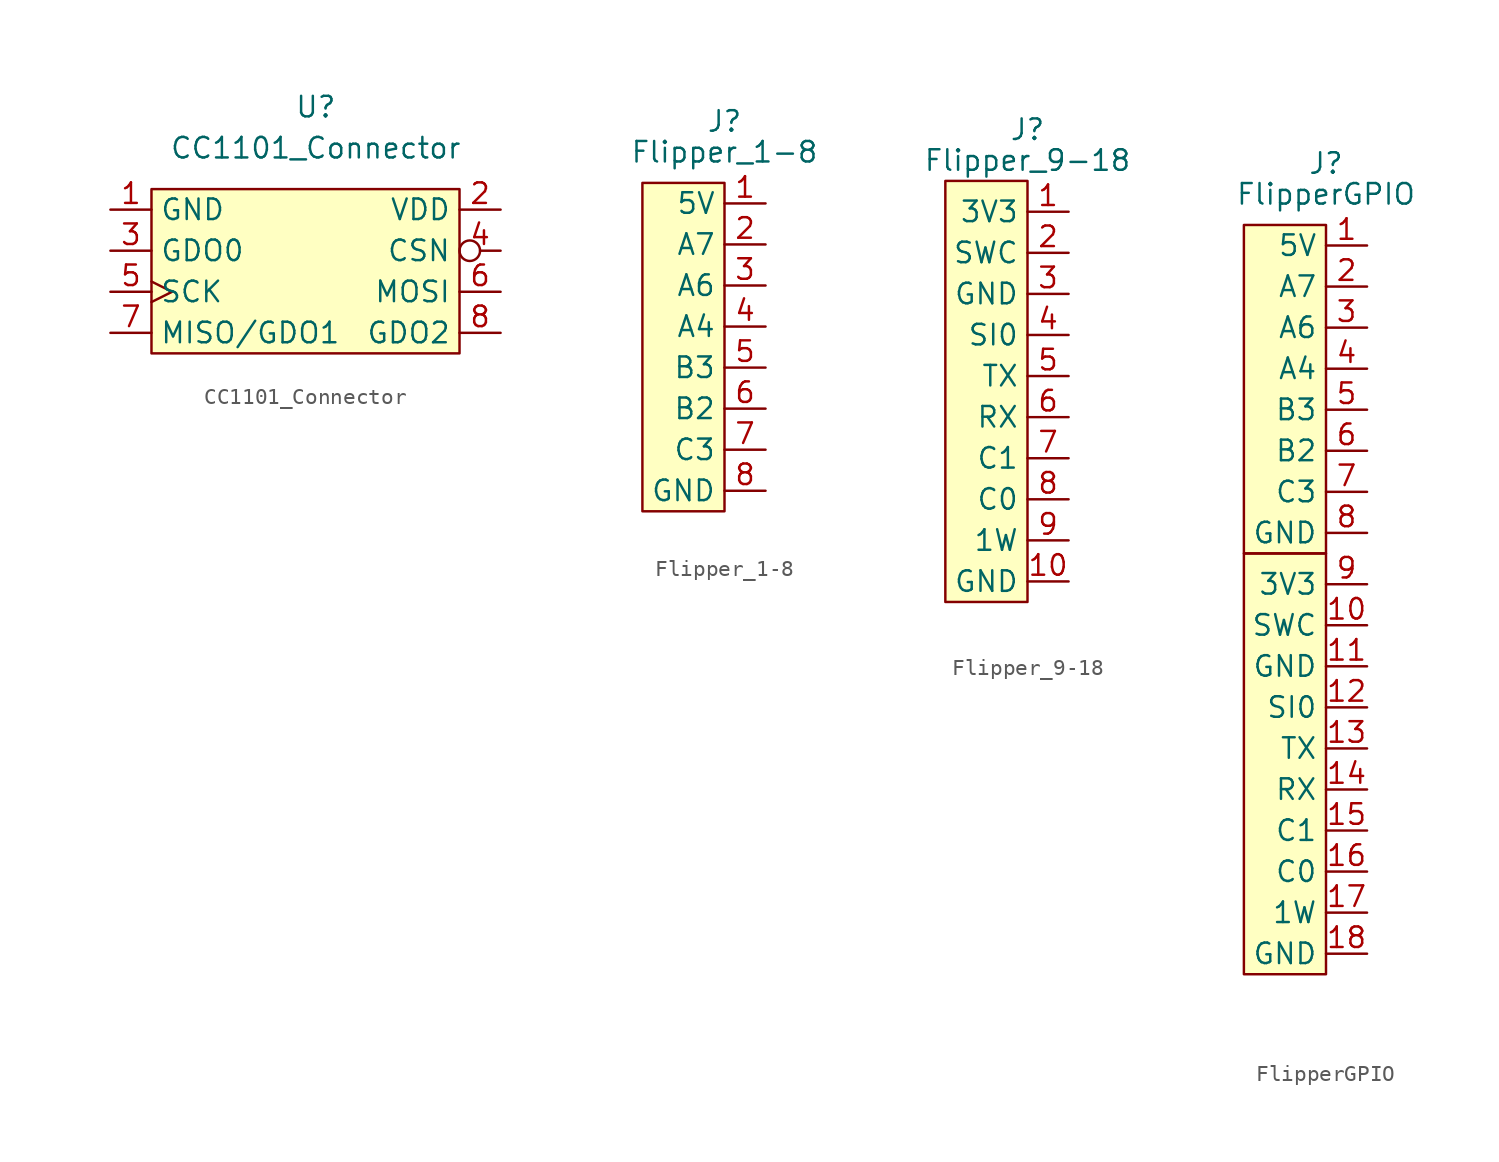
<source format=kicad_sym>
(kicad_symbol_lib
  (version 20211014)
  (generator kicad_symbol_editor)
  (symbol "CC1101_Connector"
    (property "Reference" "U"
      (at 0 6.35 0)
      (effects (font (size 1.27 1.27))))
    (property "Value" "CC1101_Connector"
      (at 0 3.81 0)
      (effects (font (size 1.27 1.27))))
    (symbol "CC1101_Connector_0_0"
      (pin passive line (at -12.7 0 0) (length 2.54) (name "GND" (effects (font (size 1.27 1.27)))) (number "1" (effects (font (size 1.27 1.27)))))
      (pin power_in line (at 11.43 0 180) (length 2.54) (name "VDD" (effects (font (size 1.27 1.27)))) (number "2" (effects (font (size 1.27 1.27)))))
      (pin output line (at -12.7 -2.54 0) (length 2.54) (name "GDO0" (effects (font (size 1.27 1.27)))) (number "3" (effects (font (size 1.27 1.27)))))
      (pin input inverted (at 11.43 -2.54 180) (length 2.54) (name "CSN" (effects (font (size 1.27 1.27)))) (number "4" (effects (font (size 1.27 1.27)))))
      (pin input clock (at -12.7 -5.08 0) (length 2.54) (name "SCK" (effects (font (size 1.27 1.27)))) (number "5" (effects (font (size 1.27 1.27)))))
      (pin input line (at 11.43 -5.08 180) (length 2.54) (name "MOSI" (effects (font (size 1.27 1.27)))) (number "6" (effects (font (size 1.27 1.27)))))
      (pin output line (at -12.7 -7.62 0) (length 2.54) (name "MISO/GDO1" (effects (font (size 1.27 1.27)))) (number "7" (effects (font (size 1.27 1.27)))))
      (pin output line (at 11.43 -7.62 180) (length 2.54) (name "GDO2" (effects (font (size 1.27 1.27)))) (number "8" (effects (font (size 1.27 1.27))))))
    (symbol "CC1101_Connector_0_1"
      (rectangle (start -10.16 1.27) (end 8.89 -8.89) (stroke (width 0.152) (type default) (color 0 0 0 0)) (fill (type background)))))
  (symbol "Flipper_1-8"
    (property "Reference" "J"
      (at 0 5.08 0)
      (effects (font (size 1.27 1.27))))
    (property "Value" "Flipper_1-8"
      (at 0 3.175 0)
      (effects (font (size 1.27 1.27))))
    (symbol "Flipper_1-8_0_0"
      (pin power_out line (at 2.54 0 180) (length 2.54) (name "5V" (effects (font (size 1.27 1.27)))) (number "1" (effects (font (size 1.27 1.27)))))
      (pin bidirectional line (at 2.54 -2.54 180) (length 2.54) (name "A7" (effects (font (size 1.27 1.27)))) (number "2" (effects (font (size 1.27 1.27)))))
      (pin bidirectional line (at 2.54 -5.08 180) (length 2.54) (name "A6" (effects (font (size 1.27 1.27)))) (number "3" (effects (font (size 1.27 1.27)))))
      (pin bidirectional line (at 2.54 -7.62 180) (length 2.54) (name "A4" (effects (font (size 1.27 1.27)))) (number "4" (effects (font (size 1.27 1.27)))))
      (pin bidirectional line (at 2.54 -10.16 180) (length 2.54) (name "B3" (effects (font (size 1.27 1.27)))) (number "5" (effects (font (size 1.27 1.27)))))
      (pin bidirectional line (at 2.54 -12.7 180) (length 2.54) (name "B2" (effects (font (size 1.27 1.27)))) (number "6" (effects (font (size 1.27 1.27)))))
      (pin bidirectional line (at 2.54 -15.24 180) (length 2.54) (name "C3" (effects (font (size 1.27 1.27)))) (number "7" (effects (font (size 1.27 1.27)))))
      (pin passive line (at 2.54 -17.78 180) (length 2.54) (name "GND" (effects (font (size 1.27 1.27)))) (number "8" (effects (font (size 1.27 1.27))))))
    (symbol "Flipper_1-8_0_1"
      (rectangle (start -5.08 1.27) (end 0 -19.05) (stroke (width 0.152) (type default) (color 0 0 0 0)) (fill (type background)))))
  (symbol "Flipper_9-18"
    (property "Reference" "J"
      (at 0 5.08 0)
      (effects (font (size 1.27 1.27))))
    (property "Value" "Flipper_9-18"
      (at 0 3.175 0)
      (effects (font (size 1.27 1.27))))
    (symbol "Flipper_9-18_0_0"
      (pin power_out line (at 2.54 0 180) (length 2.54) (name "3V3" (effects (font (size 1.27 1.27)))) (number "1" (effects (font (size 1.27 1.27)))))
      (pin passive line (at 2.54 -22.86 180) (length 2.54) (name "GND" (effects (font (size 1.27 1.27)))) (number "10" (effects (font (size 1.27 1.27)))))
      (pin bidirectional line (at 2.54 -2.54 180) (length 2.54) (name "SWC" (effects (font (size 1.27 1.27)))) (number "2" (effects (font (size 1.27 1.27)))))
      (pin passive line (at 2.54 -5.08 180) (length 2.54) (name "GND" (effects (font (size 1.27 1.27)))) (number "3" (effects (font (size 1.27 1.27)))))
      (pin bidirectional line (at 2.54 -7.62 180) (length 2.54) (name "SI0" (effects (font (size 1.27 1.27)))) (number "4" (effects (font (size 1.27 1.27)))))
      (pin output line (at 2.54 -10.16 180) (length 2.54) (name "TX" (effects (font (size 1.27 1.27)))) (number "5" (effects (font (size 1.27 1.27)))))
      (pin input line (at 2.54 -12.7 180) (length 2.54) (name "RX" (effects (font (size 1.27 1.27)))) (number "6" (effects (font (size 1.27 1.27)))))
      (pin bidirectional line (at 2.54 -15.24 180) (length 2.54) (name "C1" (effects (font (size 1.27 1.27)))) (number "7" (effects (font (size 1.27 1.27)))))
      (pin bidirectional line (at 2.54 -17.78 180) (length 2.54) (name "C0" (effects (font (size 1.27 1.27)))) (number "8" (effects (font (size 1.27 1.27)))))
      (pin bidirectional line (at 2.54 -20.32 180) (length 2.54) (name "1W" (effects (font (size 1.27 1.27)))) (number "9" (effects (font (size 1.27 1.27))))))
    (symbol "Flipper_9-18_0_1"
      (rectangle (start -5.08 1.905) (end 0 -24.13) (stroke (width 0.152) (type default) (color 0 0 0 0)) (fill (type background)))))
  (symbol "FlipperGPIO"
    (property "Reference" "J"
      (at 0 5.08 0)
      (effects (font (size 1.27 1.27))))
    (property "Value" "FlipperGPIO"
      (at 0 3.175 0)
      (effects (font (size 1.27 1.27))))
    (symbol "FlipperGPIO_0_0"
      (pin power_out line (at 2.54 0 180) (length 2.54) (name "5V" (effects (font (size 1.27 1.27)))) (number "1" (effects (font (size 1.27 1.27)))))
      (pin bidirectional line (at 2.54 -23.495 180) (length 2.54) (name "SWC" (effects (font (size 1.27 1.27)))) (number "10" (effects (font (size 1.27 1.27)))))
      (pin passive line (at 2.54 -26.035 180) (length 2.54) (name "GND" (effects (font (size 1.27 1.27)))) (number "11" (effects (font (size 1.27 1.27)))))
      (pin bidirectional line (at 2.54 -28.575 180) (length 2.54) (name "SI0" (effects (font (size 1.27 1.27)))) (number "12" (effects (font (size 1.27 1.27)))))
      (pin output line (at 2.54 -31.115 180) (length 2.54) (name "TX" (effects (font (size 1.27 1.27)))) (number "13" (effects (font (size 1.27 1.27)))))
      (pin input line (at 2.54 -33.655 180) (length 2.54) (name "RX" (effects (font (size 1.27 1.27)))) (number "14" (effects (font (size 1.27 1.27)))))
      (pin bidirectional line (at 2.54 -36.195 180) (length 2.54) (name "C1" (effects (font (size 1.27 1.27)))) (number "15" (effects (font (size 1.27 1.27)))))
      (pin bidirectional line (at 2.54 -38.735 180) (length 2.54) (name "C0" (effects (font (size 1.27 1.27)))) (number "16" (effects (font (size 1.27 1.27)))))
      (pin bidirectional line (at 2.54 -41.275 180) (length 2.54) (name "1W" (effects (font (size 1.27 1.27)))) (number "17" (effects (font (size 1.27 1.27)))))
      (pin passive line (at 2.54 -43.815 180) (length 2.54) (name "GND" (effects (font (size 1.27 1.27)))) (number "18" (effects (font (size 1.27 1.27)))))
      (pin bidirectional line (at 2.54 -2.54 180) (length 2.54) (name "A7" (effects (font (size 1.27 1.27)))) (number "2" (effects (font (size 1.27 1.27)))))
      (pin bidirectional line (at 2.54 -5.08 180) (length 2.54) (name "A6" (effects (font (size 1.27 1.27)))) (number "3" (effects (font (size 1.27 1.27)))))
      (pin bidirectional line (at 2.54 -7.62 180) (length 2.54) (name "A4" (effects (font (size 1.27 1.27)))) (number "4" (effects (font (size 1.27 1.27)))))
      (pin bidirectional line (at 2.54 -10.16 180) (length 2.54) (name "B3" (effects (font (size 1.27 1.27)))) (number "5" (effects (font (size 1.27 1.27)))))
      (pin bidirectional line (at 2.54 -12.7 180) (length 2.54) (name "B2" (effects (font (size 1.27 1.27)))) (number "6" (effects (font (size 1.27 1.27)))))
      (pin bidirectional line (at 2.54 -15.24 180) (length 2.54) (name "C3" (effects (font (size 1.27 1.27)))) (number "7" (effects (font (size 1.27 1.27)))))
      (pin passive line (at 2.54 -17.78 180) (length 2.54) (name "GND" (effects (font (size 1.27 1.27)))) (number "8" (effects (font (size 1.27 1.27)))))
      (pin power_out line (at 2.54 -20.955 180) (length 2.54) (name "3V3" (effects (font (size 1.27 1.27)))) (number "9" (effects (font (size 1.27 1.27))))))
    (symbol "FlipperGPIO_0_1"
      (rectangle (start -5.08 -19.05) (end 0 -45.085) (stroke (width 0.152) (type default) (color 0 0 0 0)) (fill (type background)))
      (rectangle (start -5.08 1.27) (end 0 -19.05) (stroke (width 0.152) (type default) (color 0 0 0 0)) (fill (type background))))))
</source>
